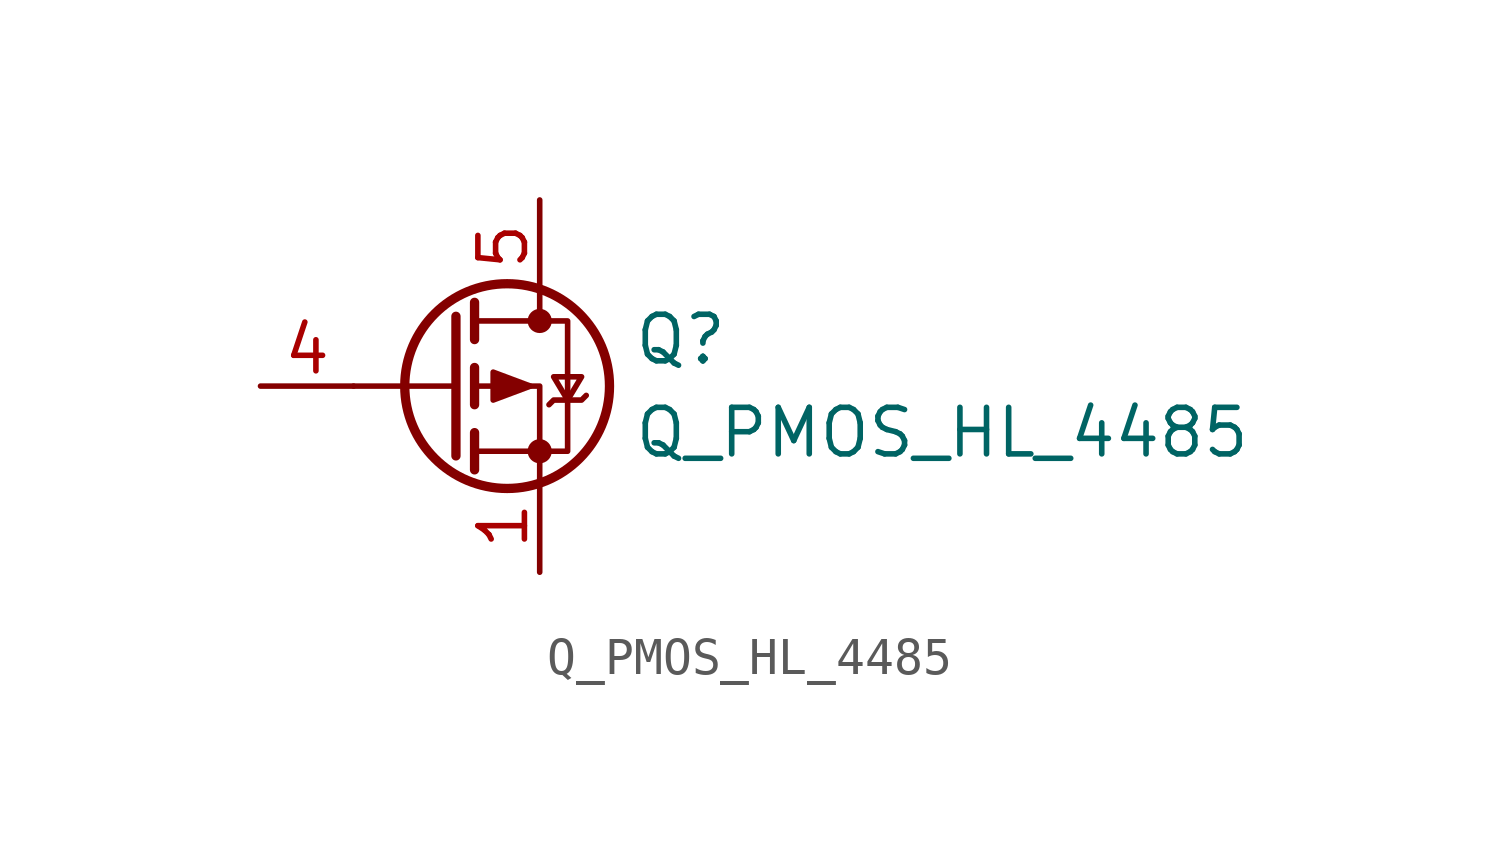
<source format=kicad_sym>
(kicad_symbol_lib
  (version 20231120)
  (generator "kicad_symbol_editor")
  (generator_version "8.0")
  (symbol "Q_PMOS_HL_4485"
    (pin_names
      (offset 0) hide)
    (property "Reference" "Q"
      (at 5.08 1.27 0)
      (effects (font (size 1.27 1.27)) (justify left)))
    (property "Value" "Q_PMOS_HL_4485"
      (at 5.08 -1.27 0)
      (effects (font (size 1.27 1.27)) (justify left)))
    (symbol "Q_PMOS_HL_4485_0_1"
      (polyline (pts (xy 0.254 0) (xy -2.54 0)) (stroke (width 0) (type default)) (fill (type none)))
      (polyline (pts (xy 0.254 1.905) (xy 0.254 -1.905)) (stroke (width 0.254) (type default)) (fill (type none)))
      (polyline (pts (xy 0.762 -1.27) (xy 0.762 -2.286)) (stroke (width 0.254) (type default)) (fill (type none)))
      (polyline (pts (xy 0.762 0.508) (xy 0.762 -0.508)) (stroke (width 0.254) (type default)) (fill (type none)))
      (polyline (pts (xy 0.762 2.286) (xy 0.762 1.27)) (stroke (width 0.254) (type default)) (fill (type none)))
      (polyline (pts (xy 2.54 2.54) (xy 2.54 1.778)) (stroke (width 0) (type default)) (fill (type none)))
      (polyline (pts (xy 2.54 -2.54) (xy 2.54 0) (xy 0.762 0)) (stroke (width 0) (type default)) (fill (type none)))
      (polyline (pts (xy 0.762 1.778) (xy 3.302 1.778) (xy 3.302 -1.778) (xy 0.762 -1.778)) (stroke (width 0) (type default)) (fill (type none)))
      (polyline (pts (xy 2.286 0) (xy 1.27 0.381) (xy 1.27 -0.381) (xy 2.286 0)) (stroke (width 0) (type default)) (fill (type outline)))
      (polyline (pts (xy 2.794 -0.508) (xy 2.921 -0.381) (xy 3.683 -0.381) (xy 3.81 -0.254)) (stroke (width 0) (type default)) (fill (type none)))
      (polyline (pts (xy 3.302 -0.381) (xy 2.921 0.254) (xy 3.683 0.254) (xy 3.302 -0.381)) (stroke (width 0) (type default)) (fill (type none)))
      (circle (center 1.651 0) (radius 2.794) (stroke (width 0.254) (type default)) (fill (type none)))
      (circle (center 2.54 -1.778) (radius 0.254) (stroke (width 0) (type default)) (fill (type outline)))
      (circle (center 2.54 1.778) (radius 0.254) (stroke (width 0) (type default)) (fill (type outline))))
    (symbol "Q_PMOS_HL_4485_1_1"
      (pin passive line (at 2.54 -5.08 90) (length 2.54) (name "S" (effects (font (size 1.27 1.27)))) (number "1" (effects (font (size 1.27 1.27)))))
      (pin passive line (at 2.54 -5.08 90) (length 2.54) hide (name "S" (effects (font (size 1.27 1.27)))) (number "2" (effects (font (size 1.27 1.27)))))
      (pin passive line (at 2.54 -5.08 90) (length 2.54) hide (name "S" (effects (font (size 1.27 1.27)))) (number "3" (effects (font (size 1.27 1.27)))))
      (pin input line (at -5.08 0 0) (length 2.54) (name "G" (effects (font (size 1.27 1.27)))) (number "4" (effects (font (size 1.27 1.27)))))
      (pin passive line (at 2.54 5.08 270) (length 2.54) (name "D" (effects (font (size 1.27 1.27)))) (number "5" (effects (font (size 1.27 1.27)))))
      (pin passive line (at 2.54 5.08 270) (length 2.54) hide (name "D" (effects (font (size 1.27 1.27)))) (number "6" (effects (font (size 1.27 1.27)))))
      (pin passive line (at 2.54 5.08 270) (length 2.54) hide (name "D" (effects (font (size 1.27 1.27)))) (number "7" (effects (font (size 1.27 1.27)))))
      (pin passive line (at 2.54 5.08 270) (length 2.54) hide (name "D" (effects (font (size 1.27 1.27)))) (number "8" (effects (font (size 1.27 1.27))))))))
</source>
